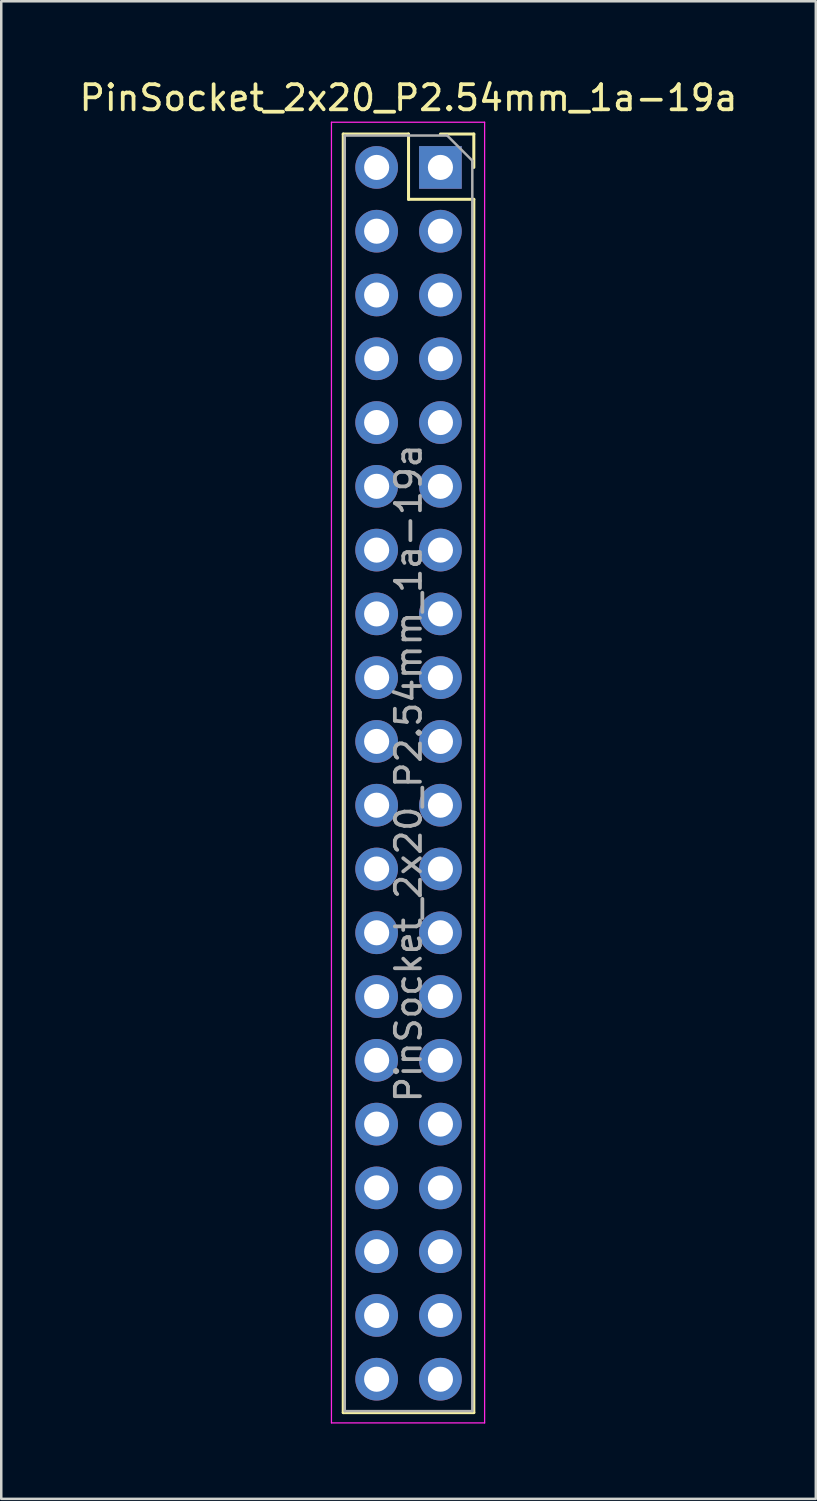
<source format=kicad_pcb>
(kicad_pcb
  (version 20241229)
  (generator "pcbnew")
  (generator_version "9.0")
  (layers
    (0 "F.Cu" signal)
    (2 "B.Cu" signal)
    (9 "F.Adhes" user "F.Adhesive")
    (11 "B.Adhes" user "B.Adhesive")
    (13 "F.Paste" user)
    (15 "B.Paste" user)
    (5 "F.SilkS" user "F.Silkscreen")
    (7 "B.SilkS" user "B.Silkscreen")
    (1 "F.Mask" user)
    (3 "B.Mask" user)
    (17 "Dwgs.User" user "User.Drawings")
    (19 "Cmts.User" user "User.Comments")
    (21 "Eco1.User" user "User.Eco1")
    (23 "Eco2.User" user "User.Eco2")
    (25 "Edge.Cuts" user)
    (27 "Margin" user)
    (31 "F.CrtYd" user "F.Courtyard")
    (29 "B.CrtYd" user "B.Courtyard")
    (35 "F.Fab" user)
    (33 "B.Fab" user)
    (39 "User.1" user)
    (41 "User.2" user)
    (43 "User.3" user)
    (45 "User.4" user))
  (footprint "PinSocket_2x20_P2.54mm_1a-19a"
    (layer "F.Cu")
    (at 14.49 3.618)
    (property "Reference" "PinSocket_2x20_P2.54mm_1a-19a" (at -1.27 -2.77 180) (layer "F.SilkS") (effects (font (size 1 1) (thickness 0.15))))
    (attr through_hole)
    (fp_line (start -3.87 -1.33) (end -3.87 49.59) (stroke (width 0.12) (type solid)) (layer "F.SilkS"))
    (fp_line (start -3.87 -1.33) (end -1.27 -1.33) (stroke (width 0.12) (type solid)) (layer "F.SilkS"))
    (fp_line (start -3.87 49.59) (end 1.33 49.59) (stroke (width 0.12) (type solid)) (layer "F.SilkS"))
    (fp_line (start -1.27 -1.33) (end -1.27 1.27) (stroke (width 0.12) (type solid)) (layer "F.SilkS"))
    (fp_line (start -1.27 1.27) (end 1.33 1.27) (stroke (width 0.12) (type solid)) (layer "F.SilkS"))
    (fp_line (start 0 -1.33) (end 1.33 -1.33) (stroke (width 0.12) (type solid)) (layer "F.SilkS"))
    (fp_line (start 1.33 -1.33) (end 1.33 0) (stroke (width 0.12) (type solid)) (layer "F.SilkS"))
    (fp_line (start 1.33 1.27) (end 1.33 49.59) (stroke (width 0.12) (type solid)) (layer "F.SilkS"))
    (fp_line (start -4.34 -1.8) (end 1.76 -1.8) (stroke (width 0.05) (type solid)) (layer "F.CrtYd"))
    (fp_line (start -4.34 50) (end -4.34 -1.8) (stroke (width 0.05) (type solid)) (layer "F.CrtYd"))
    (fp_line (start 1.76 -1.8) (end 1.76 50) (stroke (width 0.05) (type solid)) (layer "F.CrtYd"))
    (fp_line (start 1.76 50) (end -4.34 50) (stroke (width 0.05) (type solid)) (layer "F.CrtYd"))
    (fp_line (start -3.81 -1.27) (end 0.27 -1.27) (stroke (width 0.1) (type solid)) (layer "F.Fab"))
    (fp_line (start -3.81 49.53) (end -3.81 -1.27) (stroke (width 0.1) (type solid)) (layer "F.Fab"))
    (fp_line (start 0.27 -1.27) (end 1.27 -0.27) (stroke (width 0.1) (type solid)) (layer "F.Fab"))
    (fp_line (start 1.27 -0.27) (end 1.27 49.53) (stroke (width 0.1) (type solid)) (layer "F.Fab"))
    (fp_line (start 1.27 49.53) (end -3.81 49.53) (stroke (width 0.1) (type solid)) (layer "F.Fab"))
    (fp_text user "${REFERENCE}" (at -1.27 24.13 90) (layer "F.Fab") (effects (font (size 1 1) (thickness 0.15))))
    (pad "1a" thru_hole rect (at 0 0) (size 1.7 1.7) (drill 1) (layers "*.Cu" "*.Mask"))
    (pad "1b" thru_hole oval (at -2.54 0) (size 1.7 1.7) (drill 1) (layers "*.Cu" "*.Mask"))
    (pad "2a" thru_hole oval (at 0 2.54) (size 1.7 1.7) (drill 1) (layers "*.Cu" "*.Mask"))
    (pad "2b" thru_hole oval (at -2.54 2.54) (size 1.7 1.7) (drill 1) (layers "*.Cu" "*.Mask"))
    (pad "3a" thru_hole oval (at 0 5.08) (size 1.7 1.7) (drill 1) (layers "*.Cu" "*.Mask"))
    (pad "3b" thru_hole oval (at -2.54 5.08) (size 1.7 1.7) (drill 1) (layers "*.Cu" "*.Mask"))
    (pad "4a" thru_hole oval (at 0 7.62) (size 1.7 1.7) (drill 1) (layers "*.Cu" "*.Mask"))
    (pad "4b" thru_hole oval (at -2.54 7.62) (size 1.7 1.7) (drill 1) (layers "*.Cu" "*.Mask"))
    (pad "5a" thru_hole oval (at 0 10.16) (size 1.7 1.7) (drill 1) (layers "*.Cu" "*.Mask"))
    (pad "5b" thru_hole oval (at -2.54 10.16) (size 1.7 1.7) (drill 1) (layers "*.Cu" "*.Mask"))
    (pad "6a" thru_hole oval (at 0 12.7) (size 1.7 1.7) (drill 1) (layers "*.Cu" "*.Mask"))
    (pad "6b" thru_hole oval (at -2.54 12.7) (size 1.7 1.7) (drill 1) (layers "*.Cu" "*.Mask"))
    (pad "7a" thru_hole oval (at 0 15.24) (size 1.7 1.7) (drill 1) (layers "*.Cu" "*.Mask"))
    (pad "7b" thru_hole oval (at -2.54 15.24) (size 1.7 1.7) (drill 1) (layers "*.Cu" "*.Mask"))
    (pad "8a" thru_hole oval (at 0 17.78) (size 1.7 1.7) (drill 1) (layers "*.Cu" "*.Mask"))
    (pad "8b" thru_hole oval (at -2.54 17.78) (size 1.7 1.7) (drill 1) (layers "*.Cu" "*.Mask"))
    (pad "9a" thru_hole oval (at 0 20.32) (size 1.7 1.7) (drill 1) (layers "*.Cu" "*.Mask"))
    (pad "9b" thru_hole oval (at -2.54 20.32) (size 1.7 1.7) (drill 1) (layers "*.Cu" "*.Mask"))
    (pad "10a" thru_hole oval (at 0 22.86) (size 1.7 1.7) (drill 1) (layers "*.Cu" "*.Mask"))
    (pad "10b" thru_hole oval (at -2.54 22.86) (size 1.7 1.7) (drill 1) (layers "*.Cu" "*.Mask"))
    (pad "11a" thru_hole oval (at 0 25.4) (size 1.7 1.7) (drill 1) (layers "*.Cu" "*.Mask"))
    (pad "11b" thru_hole oval (at -2.54 25.4) (size 1.7 1.7) (drill 1) (layers "*.Cu" "*.Mask"))
    (pad "12a" thru_hole oval (at 0 27.94) (size 1.7 1.7) (drill 1) (layers "*.Cu" "*.Mask"))
    (pad "12b" thru_hole oval (at -2.54 27.94) (size 1.7 1.7) (drill 1) (layers "*.Cu" "*.Mask"))
    (pad "13a" thru_hole oval (at 0 30.48) (size 1.7 1.7) (drill 1) (layers "*.Cu" "*.Mask"))
    (pad "13b" thru_hole oval (at -2.54 30.48) (size 1.7 1.7) (drill 1) (layers "*.Cu" "*.Mask"))
    (pad "14a" thru_hole oval (at 0 33.02) (size 1.7 1.7) (drill 1) (layers "*.Cu" "*.Mask"))
    (pad "14b" thru_hole oval (at -2.54 33.02) (size 1.7 1.7) (drill 1) (layers "*.Cu" "*.Mask"))
    (pad "15a" thru_hole oval (at 0 35.56) (size 1.7 1.7) (drill 1) (layers "*.Cu" "*.Mask"))
    (pad "15b" thru_hole oval (at -2.54 35.56) (size 1.7 1.7) (drill 1) (layers "*.Cu" "*.Mask"))
    (pad "16a" thru_hole oval (at 0 38.1) (size 1.7 1.7) (drill 1) (layers "*.Cu" "*.Mask"))
    (pad "16b" thru_hole oval (at -2.54 38.1) (size 1.7 1.7) (drill 1) (layers "*.Cu" "*.Mask"))
    (pad "17a" thru_hole oval (at 0 40.64) (size 1.7 1.7) (drill 1) (layers "*.Cu" "*.Mask"))
    (pad "17b" thru_hole oval (at -2.54 40.64) (size 1.7 1.7) (drill 1) (layers "*.Cu" "*.Mask"))
    (pad "18a" thru_hole oval (at 0 43.18) (size 1.7 1.7) (drill 1) (layers "*.Cu" "*.Mask"))
    (pad "18b" thru_hole oval (at -2.54 43.18) (size 1.7 1.7) (drill 1) (layers "*.Cu" "*.Mask"))
    (pad "19a" thru_hole oval (at 0 45.72) (size 1.7 1.7) (drill 1) (layers "*.Cu" "*.Mask"))
    (pad "19b" thru_hole oval (at -2.54 45.72) (size 1.7 1.7) (drill 1) (layers "*.Cu" "*.Mask"))
    (pad "none_a" thru_hole oval (at 0 48.26) (size 1.7 1.7) (drill 1) (layers "*.Cu" "*.Mask"))
    (pad "none_b" thru_hole oval (at -2.54 48.26) (size 1.7 1.7) (drill 1) (layers "*.Cu" "*.Mask")))
  (gr_rect
    (start -3 -3)
    (end 29.44 56.643)
    (stroke (width 0.1) (type default))
    (fill no)
    (layer "Edge.Cuts")))
</source>
